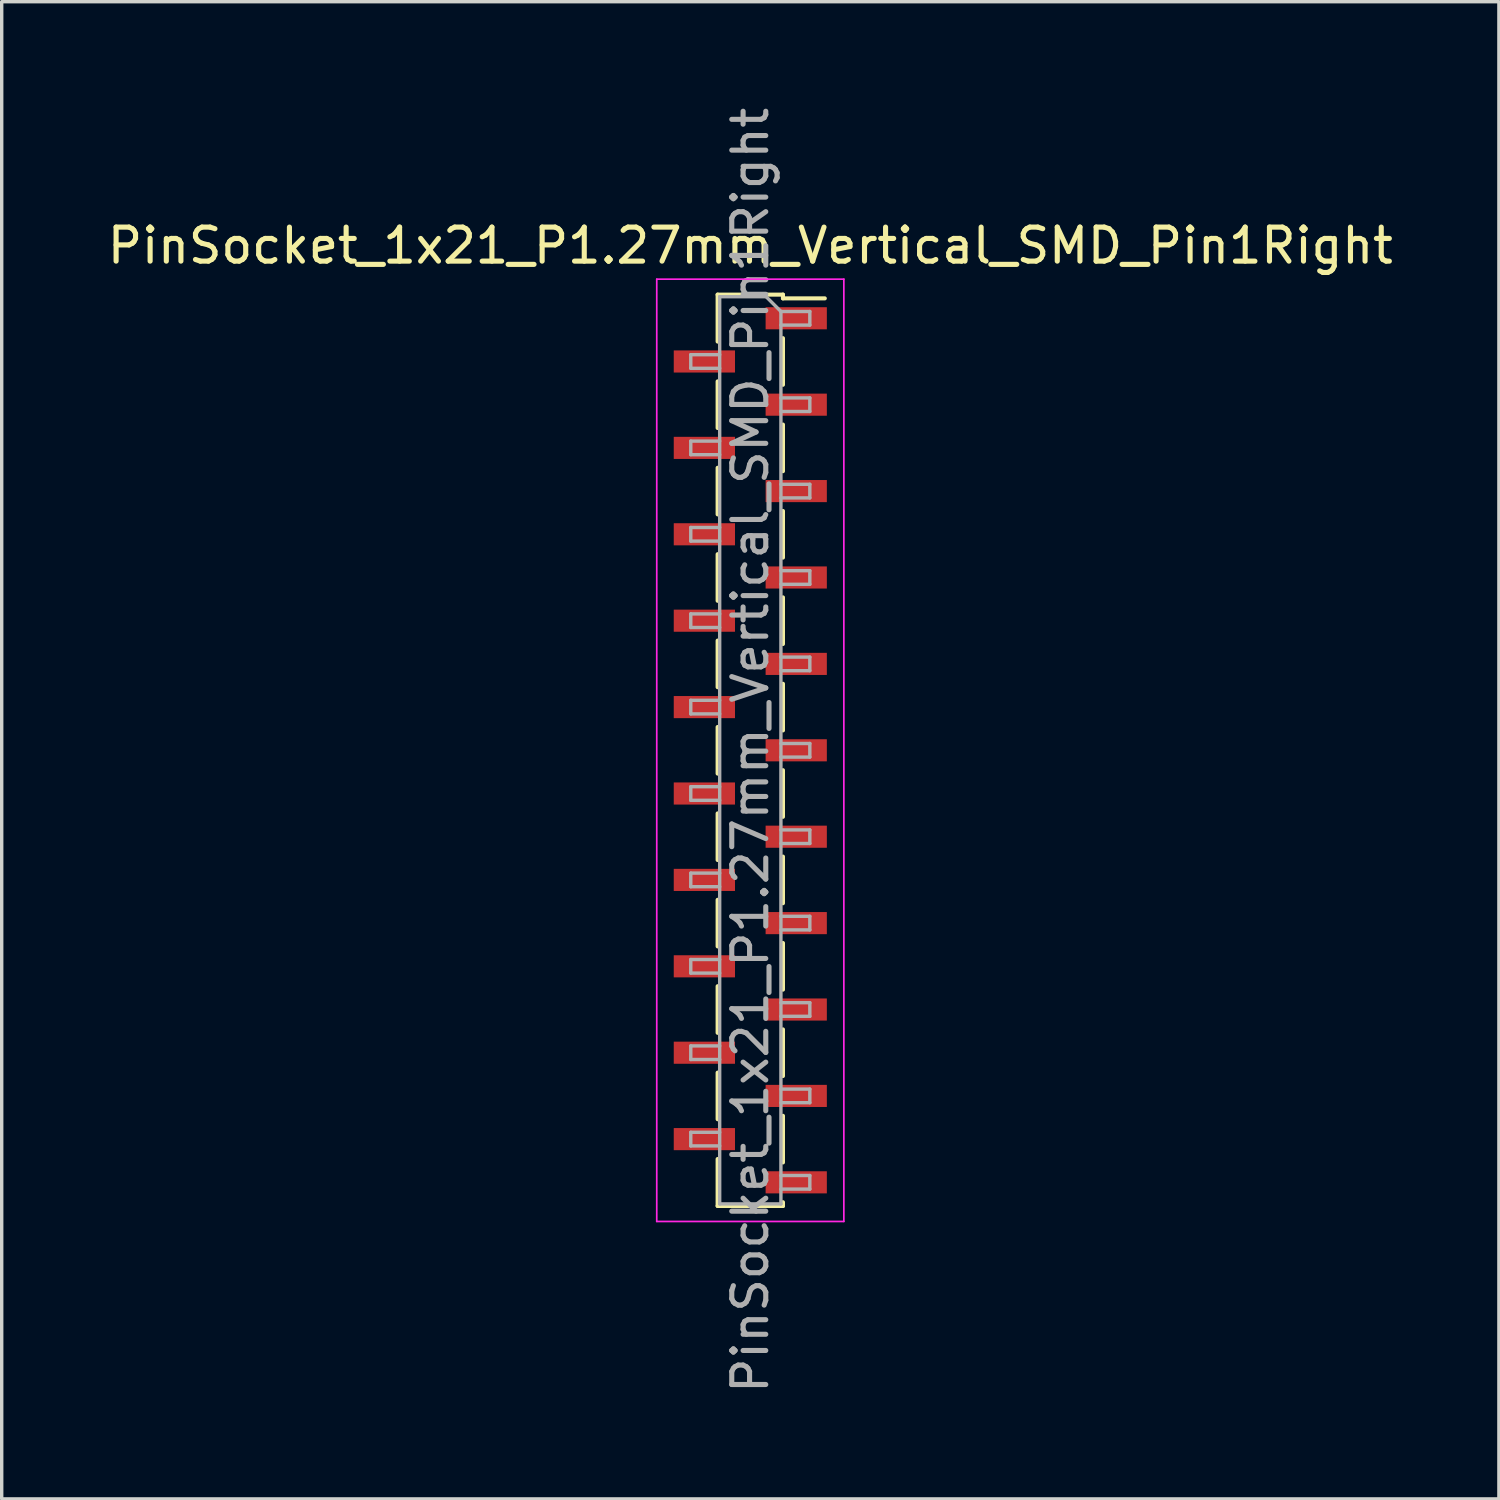
<source format=kicad_pcb>
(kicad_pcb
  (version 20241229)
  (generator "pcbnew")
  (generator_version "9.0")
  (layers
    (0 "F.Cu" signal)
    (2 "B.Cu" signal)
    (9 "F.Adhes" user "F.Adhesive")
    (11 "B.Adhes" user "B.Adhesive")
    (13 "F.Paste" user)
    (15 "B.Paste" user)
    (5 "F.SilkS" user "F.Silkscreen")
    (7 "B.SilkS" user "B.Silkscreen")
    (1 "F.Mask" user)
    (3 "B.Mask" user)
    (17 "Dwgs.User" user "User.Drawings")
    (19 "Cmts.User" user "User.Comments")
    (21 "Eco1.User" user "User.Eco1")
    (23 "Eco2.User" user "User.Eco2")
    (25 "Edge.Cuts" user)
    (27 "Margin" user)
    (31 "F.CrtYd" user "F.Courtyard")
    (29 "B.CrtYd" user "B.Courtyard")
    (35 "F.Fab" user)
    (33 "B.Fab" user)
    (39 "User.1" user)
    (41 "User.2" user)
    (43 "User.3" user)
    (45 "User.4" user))
  (footprint "PinSocket_1x21_P1.27mm_Vertical_SMD_Pin1Right"
    (layer "F.Cu")
    (at 19.006 19.006)
    (property "Reference" "PinSocket_1x21_P1.27mm_Vertical_SMD_Pin1Right" (at 0 -14.835 0) (layer "F.SilkS") (effects (font (size 1 1) (thickness 0.15))))
    (attr smd)
    (fp_line (start -0.96 -13.395) (end -0.96 -12.015) (stroke (width 0.12) (type solid)) (layer "F.SilkS"))
    (fp_line (start -0.96 -13.395) (end 0.96 -13.395) (stroke (width 0.12) (type solid)) (layer "F.SilkS"))
    (fp_line (start -0.96 -10.845) (end -0.96 -9.475) (stroke (width 0.12) (type solid)) (layer "F.SilkS"))
    (fp_line (start -0.96 -8.305) (end -0.96 -6.935) (stroke (width 0.12) (type solid)) (layer "F.SilkS"))
    (fp_line (start -0.96 -5.765) (end -0.96 -4.395) (stroke (width 0.12) (type solid)) (layer "F.SilkS"))
    (fp_line (start -0.96 -3.225) (end -0.96 -1.855) (stroke (width 0.12) (type solid)) (layer "F.SilkS"))
    (fp_line (start -0.96 -0.685) (end -0.96 0.685) (stroke (width 0.12) (type solid)) (layer "F.SilkS"))
    (fp_line (start -0.96 1.855) (end -0.96 3.225) (stroke (width 0.12) (type solid)) (layer "F.SilkS"))
    (fp_line (start -0.96 4.395) (end -0.96 5.765) (stroke (width 0.12) (type solid)) (layer "F.SilkS"))
    (fp_line (start -0.96 6.935) (end -0.96 8.305) (stroke (width 0.12) (type solid)) (layer "F.SilkS"))
    (fp_line (start -0.96 9.475) (end -0.96 10.845) (stroke (width 0.12) (type solid)) (layer "F.SilkS"))
    (fp_line (start -0.96 12.015) (end -0.96 13.395) (stroke (width 0.12) (type solid)) (layer "F.SilkS"))
    (fp_line (start -0.96 13.395) (end 0.96 13.395) (stroke (width 0.12) (type solid)) (layer "F.SilkS"))
    (fp_line (start 0.96 -13.395) (end 0.96 -13.285) (stroke (width 0.12) (type solid)) (layer "F.SilkS"))
    (fp_line (start 0.96 -13.285) (end 2.19 -13.285) (stroke (width 0.12) (type solid)) (layer "F.SilkS"))
    (fp_line (start 0.96 -12.115) (end 0.96 -10.745) (stroke (width 0.12) (type solid)) (layer "F.SilkS"))
    (fp_line (start 0.96 -9.575) (end 0.96 -8.205) (stroke (width 0.12) (type solid)) (layer "F.SilkS"))
    (fp_line (start 0.96 -7.035) (end 0.96 -5.665) (stroke (width 0.12) (type solid)) (layer "F.SilkS"))
    (fp_line (start 0.96 -4.495) (end 0.96 -3.125) (stroke (width 0.12) (type solid)) (layer "F.SilkS"))
    (fp_line (start 0.96 -1.955) (end 0.96 -0.585) (stroke (width 0.12) (type solid)) (layer "F.SilkS"))
    (fp_line (start 0.96 0.585) (end 0.96 1.955) (stroke (width 0.12) (type solid)) (layer "F.SilkS"))
    (fp_line (start 0.96 3.125) (end 0.96 4.495) (stroke (width 0.12) (type solid)) (layer "F.SilkS"))
    (fp_line (start 0.96 5.665) (end 0.96 7.035) (stroke (width 0.12) (type solid)) (layer "F.SilkS"))
    (fp_line (start 0.96 8.205) (end 0.96 9.575) (stroke (width 0.12) (type solid)) (layer "F.SilkS"))
    (fp_line (start 0.96 10.745) (end 0.96 12.115) (stroke (width 0.12) (type solid)) (layer "F.SilkS"))
    (fp_line (start 0.96 13.285) (end 0.96 13.395) (stroke (width 0.12) (type solid)) (layer "F.SilkS"))
    (fp_line (start -2.75 -13.85) (end 2.75 -13.85) (stroke (width 0.05) (type solid)) (layer "F.CrtYd"))
    (fp_line (start -2.75 13.85) (end -2.75 -13.85) (stroke (width 0.05) (type solid)) (layer "F.CrtYd"))
    (fp_line (start 2.75 -13.85) (end 2.75 13.85) (stroke (width 0.05) (type solid)) (layer "F.CrtYd"))
    (fp_line (start 2.75 13.85) (end -2.75 13.85) (stroke (width 0.05) (type solid)) (layer "F.CrtYd"))
    (fp_line (start -1.75 -11.63) (end -0.9 -11.63) (stroke (width 0.1) (type solid)) (layer "F.Fab"))
    (fp_line (start -1.75 -11.23) (end -1.75 -11.63) (stroke (width 0.1) (type solid)) (layer "F.Fab"))
    (fp_line (start -1.75 -9.09) (end -0.9 -9.09) (stroke (width 0.1) (type solid)) (layer "F.Fab"))
    (fp_line (start -1.75 -8.69) (end -1.75 -9.09) (stroke (width 0.1) (type solid)) (layer "F.Fab"))
    (fp_line (start -1.75 -6.55) (end -0.9 -6.55) (stroke (width 0.1) (type solid)) (layer "F.Fab"))
    (fp_line (start -1.75 -6.15) (end -1.75 -6.55) (stroke (width 0.1) (type solid)) (layer "F.Fab"))
    (fp_line (start -1.75 -4.01) (end -0.9 -4.01) (stroke (width 0.1) (type solid)) (layer "F.Fab"))
    (fp_line (start -1.75 -3.61) (end -1.75 -4.01) (stroke (width 0.1) (type solid)) (layer "F.Fab"))
    (fp_line (start -1.75 -1.47) (end -0.9 -1.47) (stroke (width 0.1) (type solid)) (layer "F.Fab"))
    (fp_line (start -1.75 -1.07) (end -1.75 -1.47) (stroke (width 0.1) (type solid)) (layer "F.Fab"))
    (fp_line (start -1.75 1.07) (end -0.9 1.07) (stroke (width 0.1) (type solid)) (layer "F.Fab"))
    (fp_line (start -1.75 1.47) (end -1.75 1.07) (stroke (width 0.1) (type solid)) (layer "F.Fab"))
    (fp_line (start -1.75 3.61) (end -0.9 3.61) (stroke (width 0.1) (type solid)) (layer "F.Fab"))
    (fp_line (start -1.75 4.01) (end -1.75 3.61) (stroke (width 0.1) (type solid)) (layer "F.Fab"))
    (fp_line (start -1.75 6.15) (end -0.9 6.15) (stroke (width 0.1) (type solid)) (layer "F.Fab"))
    (fp_line (start -1.75 6.55) (end -1.75 6.15) (stroke (width 0.1) (type solid)) (layer "F.Fab"))
    (fp_line (start -1.75 8.69) (end -0.9 8.69) (stroke (width 0.1) (type solid)) (layer "F.Fab"))
    (fp_line (start -1.75 9.09) (end -1.75 8.69) (stroke (width 0.1) (type solid)) (layer "F.Fab"))
    (fp_line (start -1.75 11.23) (end -0.9 11.23) (stroke (width 0.1) (type solid)) (layer "F.Fab"))
    (fp_line (start -1.75 11.63) (end -1.75 11.23) (stroke (width 0.1) (type solid)) (layer "F.Fab"))
    (fp_line (start -0.9 -13.335) (end 0.465 -13.335) (stroke (width 0.1) (type solid)) (layer "F.Fab"))
    (fp_line (start -0.9 -11.23) (end -1.75 -11.23) (stroke (width 0.1) (type solid)) (layer "F.Fab"))
    (fp_line (start -0.9 -8.69) (end -1.75 -8.69) (stroke (width 0.1) (type solid)) (layer "F.Fab"))
    (fp_line (start -0.9 -6.15) (end -1.75 -6.15) (stroke (width 0.1) (type solid)) (layer "F.Fab"))
    (fp_line (start -0.9 -3.61) (end -1.75 -3.61) (stroke (width 0.1) (type solid)) (layer "F.Fab"))
    (fp_line (start -0.9 -1.07) (end -1.75 -1.07) (stroke (width 0.1) (type solid)) (layer "F.Fab"))
    (fp_line (start -0.9 1.47) (end -1.75 1.47) (stroke (width 0.1) (type solid)) (layer "F.Fab"))
    (fp_line (start -0.9 4.01) (end -1.75 4.01) (stroke (width 0.1) (type solid)) (layer "F.Fab"))
    (fp_line (start -0.9 6.55) (end -1.75 6.55) (stroke (width 0.1) (type solid)) (layer "F.Fab"))
    (fp_line (start -0.9 9.09) (end -1.75 9.09) (stroke (width 0.1) (type solid)) (layer "F.Fab"))
    (fp_line (start -0.9 11.63) (end -1.75 11.63) (stroke (width 0.1) (type solid)) (layer "F.Fab"))
    (fp_line (start -0.9 13.335) (end -0.9 -13.335) (stroke (width 0.1) (type solid)) (layer "F.Fab"))
    (fp_line (start 0.465 -13.335) (end 0.9 -12.9) (stroke (width 0.1) (type solid)) (layer "F.Fab"))
    (fp_line (start 0.9 -12.9) (end 0.9 13.335) (stroke (width 0.1) (type solid)) (layer "F.Fab"))
    (fp_line (start 0.9 -12.9) (end 1.75 -12.9) (stroke (width 0.1) (type solid)) (layer "F.Fab"))
    (fp_line (start 0.9 -10.36) (end 1.75 -10.36) (stroke (width 0.1) (type solid)) (layer "F.Fab"))
    (fp_line (start 0.9 -7.82) (end 1.75 -7.82) (stroke (width 0.1) (type solid)) (layer "F.Fab"))
    (fp_line (start 0.9 -5.28) (end 1.75 -5.28) (stroke (width 0.1) (type solid)) (layer "F.Fab"))
    (fp_line (start 0.9 -2.74) (end 1.75 -2.74) (stroke (width 0.1) (type solid)) (layer "F.Fab"))
    (fp_line (start 0.9 -0.2) (end 1.75 -0.2) (stroke (width 0.1) (type solid)) (layer "F.Fab"))
    (fp_line (start 0.9 2.34) (end 1.75 2.34) (stroke (width 0.1) (type solid)) (layer "F.Fab"))
    (fp_line (start 0.9 4.88) (end 1.75 4.88) (stroke (width 0.1) (type solid)) (layer "F.Fab"))
    (fp_line (start 0.9 7.42) (end 1.75 7.42) (stroke (width 0.1) (type solid)) (layer "F.Fab"))
    (fp_line (start 0.9 9.96) (end 1.75 9.96) (stroke (width 0.1) (type solid)) (layer "F.Fab"))
    (fp_line (start 0.9 12.5) (end 1.75 12.5) (stroke (width 0.1) (type solid)) (layer "F.Fab"))
    (fp_line (start 0.9 13.335) (end -0.9 13.335) (stroke (width 0.1) (type solid)) (layer "F.Fab"))
    (fp_line (start 1.75 -12.9) (end 1.75 -12.5) (stroke (width 0.1) (type solid)) (layer "F.Fab"))
    (fp_line (start 1.75 -12.5) (end 0.9 -12.5) (stroke (width 0.1) (type solid)) (layer "F.Fab"))
    (fp_line (start 1.75 -10.36) (end 1.75 -9.96) (stroke (width 0.1) (type solid)) (layer "F.Fab"))
    (fp_line (start 1.75 -9.96) (end 0.9 -9.96) (stroke (width 0.1) (type solid)) (layer "F.Fab"))
    (fp_line (start 1.75 -7.82) (end 1.75 -7.42) (stroke (width 0.1) (type solid)) (layer "F.Fab"))
    (fp_line (start 1.75 -7.42) (end 0.9 -7.42) (stroke (width 0.1) (type solid)) (layer "F.Fab"))
    (fp_line (start 1.75 -5.28) (end 1.75 -4.88) (stroke (width 0.1) (type solid)) (layer "F.Fab"))
    (fp_line (start 1.75 -4.88) (end 0.9 -4.88) (stroke (width 0.1) (type solid)) (layer "F.Fab"))
    (fp_line (start 1.75 -2.74) (end 1.75 -2.34) (stroke (width 0.1) (type solid)) (layer "F.Fab"))
    (fp_line (start 1.75 -2.34) (end 0.9 -2.34) (stroke (width 0.1) (type solid)) (layer "F.Fab"))
    (fp_line (start 1.75 -0.2) (end 1.75 0.2) (stroke (width 0.1) (type solid)) (layer "F.Fab"))
    (fp_line (start 1.75 0.2) (end 0.9 0.2) (stroke (width 0.1) (type solid)) (layer "F.Fab"))
    (fp_line (start 1.75 2.34) (end 1.75 2.74) (stroke (width 0.1) (type solid)) (layer "F.Fab"))
    (fp_line (start 1.75 2.74) (end 0.9 2.74) (stroke (width 0.1) (type solid)) (layer "F.Fab"))
    (fp_line (start 1.75 4.88) (end 1.75 5.28) (stroke (width 0.1) (type solid)) (layer "F.Fab"))
    (fp_line (start 1.75 5.28) (end 0.9 5.28) (stroke (width 0.1) (type solid)) (layer "F.Fab"))
    (fp_line (start 1.75 7.42) (end 1.75 7.82) (stroke (width 0.1) (type solid)) (layer "F.Fab"))
    (fp_line (start 1.75 7.82) (end 0.9 7.82) (stroke (width 0.1) (type solid)) (layer "F.Fab"))
    (fp_line (start 1.75 9.96) (end 1.75 10.36) (stroke (width 0.1) (type solid)) (layer "F.Fab"))
    (fp_line (start 1.75 10.36) (end 0.9 10.36) (stroke (width 0.1) (type solid)) (layer "F.Fab"))
    (fp_line (start 1.75 12.5) (end 1.75 12.9) (stroke (width 0.1) (type solid)) (layer "F.Fab"))
    (fp_line (start 1.75 12.9) (end 0.9 12.9) (stroke (width 0.1) (type solid)) (layer "F.Fab"))
    (fp_text user "${REFERENCE}" (at 0 0 90) (layer "F.Fab") (effects (font (size 1 1) (thickness 0.15))))
    (pad "1" smd rect (at 1.35 -12.7) (size 1.8 0.65) (layers "F.Cu" "F.Mask" "F.Paste"))
    (pad "2" smd rect (at -1.35 -11.43) (size 1.8 0.65) (layers "F.Cu" "F.Mask" "F.Paste"))
    (pad "3" smd rect (at 1.35 -10.16) (size 1.8 0.65) (layers "F.Cu" "F.Mask" "F.Paste"))
    (pad "4" smd rect (at -1.35 -8.89) (size 1.8 0.65) (layers "F.Cu" "F.Mask" "F.Paste"))
    (pad "5" smd rect (at 1.35 -7.62) (size 1.8 0.65) (layers "F.Cu" "F.Mask" "F.Paste"))
    (pad "6" smd rect (at -1.35 -6.35) (size 1.8 0.65) (layers "F.Cu" "F.Mask" "F.Paste"))
    (pad "7" smd rect (at 1.35 -5.08) (size 1.8 0.65) (layers "F.Cu" "F.Mask" "F.Paste"))
    (pad "8" smd rect (at -1.35 -3.81) (size 1.8 0.65) (layers "F.Cu" "F.Mask" "F.Paste"))
    (pad "9" smd rect (at 1.35 -2.54) (size 1.8 0.65) (layers "F.Cu" "F.Mask" "F.Paste"))
    (pad "10" smd rect (at -1.35 -1.27) (size 1.8 0.65) (layers "F.Cu" "F.Mask" "F.Paste"))
    (pad "11" smd rect (at 1.35 0) (size 1.8 0.65) (layers "F.Cu" "F.Mask" "F.Paste"))
    (pad "12" smd rect (at -1.35 1.27) (size 1.8 0.65) (layers "F.Cu" "F.Mask" "F.Paste"))
    (pad "13" smd rect (at 1.35 2.54) (size 1.8 0.65) (layers "F.Cu" "F.Mask" "F.Paste"))
    (pad "14" smd rect (at -1.35 3.81) (size 1.8 0.65) (layers "F.Cu" "F.Mask" "F.Paste"))
    (pad "15" smd rect (at 1.35 5.08) (size 1.8 0.65) (layers "F.Cu" "F.Mask" "F.Paste"))
    (pad "16" smd rect (at -1.35 6.35) (size 1.8 0.65) (layers "F.Cu" "F.Mask" "F.Paste"))
    (pad "17" smd rect (at 1.35 7.62) (size 1.8 0.65) (layers "F.Cu" "F.Mask" "F.Paste"))
    (pad "18" smd rect (at -1.35 8.89) (size 1.8 0.65) (layers "F.Cu" "F.Mask" "F.Paste"))
    (pad "19" smd rect (at 1.35 10.16) (size 1.8 0.65) (layers "F.Cu" "F.Mask" "F.Paste"))
    (pad "20" smd rect (at -1.35 11.43) (size 1.8 0.65) (layers "F.Cu" "F.Mask" "F.Paste"))
    (pad "21" smd rect (at 1.35 12.7) (size 1.8 0.65) (layers "F.Cu" "F.Mask" "F.Paste")))
  (gr_rect
    (start -3 -3)
    (end 41.012 41.012)
    (stroke (width 0.1) (type default))
    (fill no)
    (layer "Edge.Cuts")))
</source>
